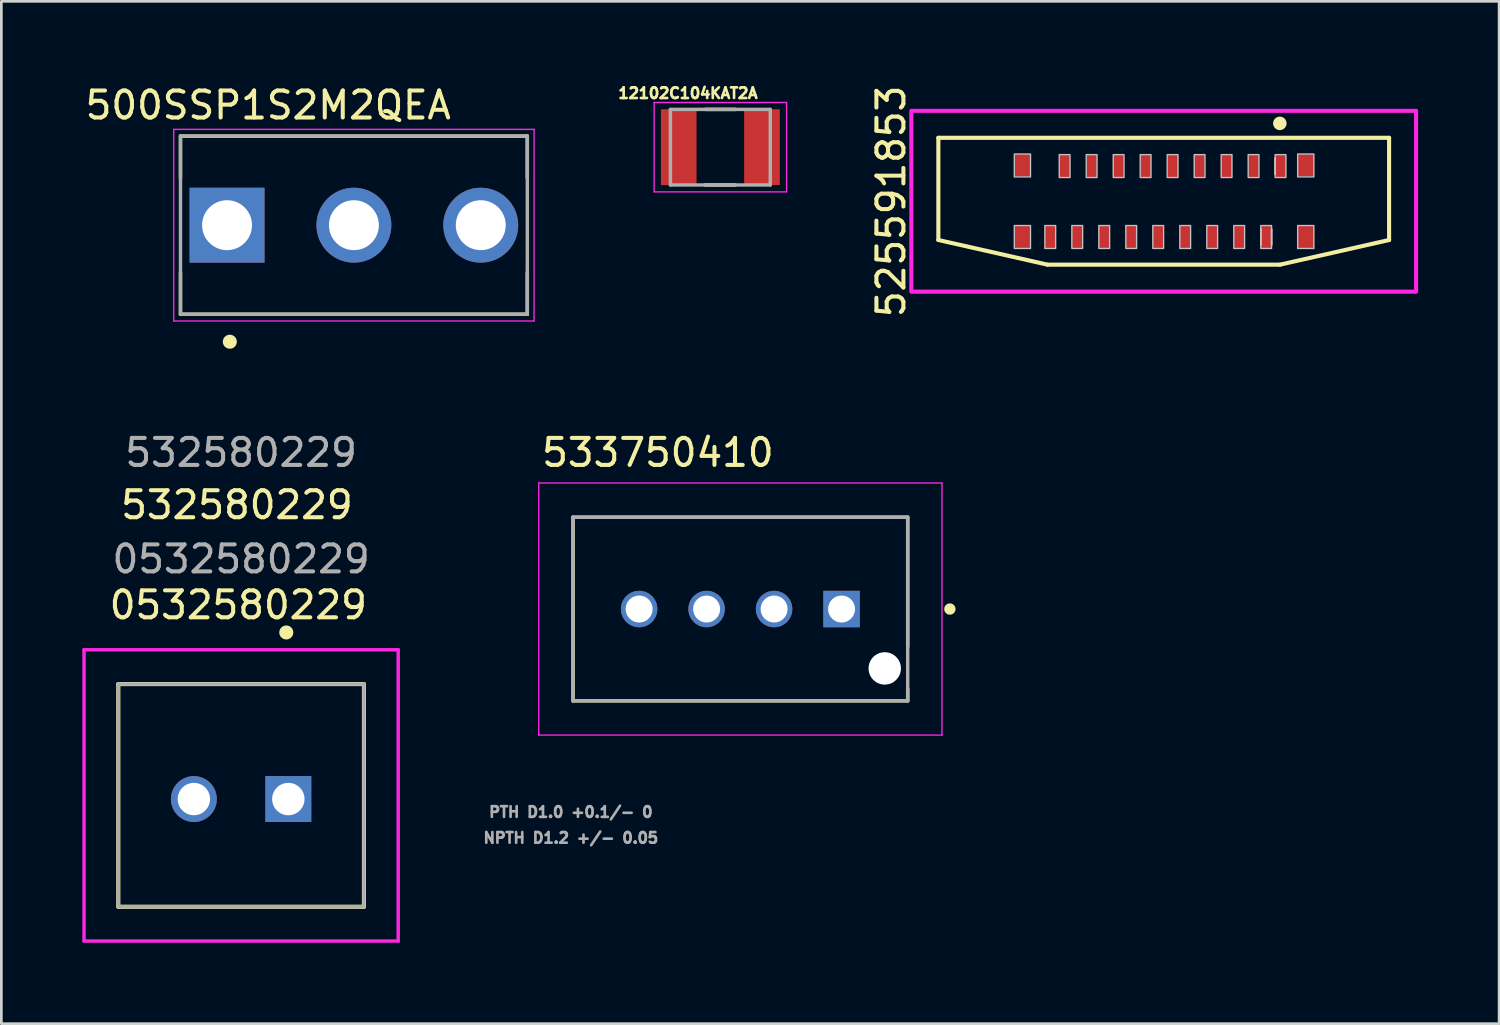
<source format=kicad_pcb>
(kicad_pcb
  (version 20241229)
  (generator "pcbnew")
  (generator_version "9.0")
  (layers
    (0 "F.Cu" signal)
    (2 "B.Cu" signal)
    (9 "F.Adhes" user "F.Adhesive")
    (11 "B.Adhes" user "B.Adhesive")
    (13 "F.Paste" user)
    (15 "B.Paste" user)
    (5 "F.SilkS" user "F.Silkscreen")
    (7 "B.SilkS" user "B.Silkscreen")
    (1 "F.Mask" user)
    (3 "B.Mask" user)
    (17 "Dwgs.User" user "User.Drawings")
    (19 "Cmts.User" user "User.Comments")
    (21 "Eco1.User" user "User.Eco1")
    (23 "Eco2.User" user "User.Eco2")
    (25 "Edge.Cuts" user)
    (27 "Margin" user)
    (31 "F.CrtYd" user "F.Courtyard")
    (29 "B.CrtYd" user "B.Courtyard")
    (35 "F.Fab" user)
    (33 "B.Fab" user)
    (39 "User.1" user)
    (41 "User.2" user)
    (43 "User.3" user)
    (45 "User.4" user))
  (footprint "12102C104KAT2A"
    (layer "F.Cu")
    (at 23.639 2.403)
    (property "Reference" "12102C104KAT2A" (at -1.2 -2 0) (layer "F.SilkS") (effects (font (size 0.394 0.394) (thickness 0.15))))
    (attr smd)
    (fp_line (start -0.56 -1.4) (end 0.56 -1.4) (stroke (width 0.127) (type solid)) (layer "F.SilkS"))
    (fp_line (start -0.56 1.4) (end 0.56 1.4) (stroke (width 0.127) (type solid)) (layer "F.SilkS"))
    (fp_line (start -2.454 -1.655) (end 2.454 -1.655) (stroke (width 0.05) (type solid)) (layer "F.CrtYd"))
    (fp_line (start -2.454 1.655) (end -2.454 -1.655) (stroke (width 0.05) (type solid)) (layer "F.CrtYd"))
    (fp_line (start -2.454 1.655) (end 2.454 1.655) (stroke (width 0.05) (type solid)) (layer "F.CrtYd"))
    (fp_line (start 2.454 1.655) (end 2.454 -1.655) (stroke (width 0.05) (type solid)) (layer "F.CrtYd"))
    (fp_line (start -1.85 1.4) (end -1.85 -1.4) (stroke (width 0.127) (type solid)) (layer "F.Fab"))
    (fp_line (start 1.85 -1.4) (end -1.85 -1.4) (stroke (width 0.127) (type solid)) (layer "F.Fab"))
    (fp_line (start 1.85 1.4) (end -1.85 1.4) (stroke (width 0.127) (type solid)) (layer "F.Fab"))
    (fp_line (start 1.85 1.4) (end 1.85 -1.4) (stroke (width 0.127) (type solid)) (layer "F.Fab"))
    (pad "1" smd rect (at -1.542 0) (size 1.32 2.81) (layers "F.Cu" "F.Mask" "F.Paste"))
    (pad "2" smd rect (at 1.542 0) (size 1.32 2.81) (layers "F.Cu" "F.Mask" "F.Paste")))
  (footprint "500SSP1S2M2QEA"
    (layer "F.Cu")
    (at 10.062 5.293)
    (property "Reference" "500SSP1S2M2QEA" (at -3.175 -4.445 0) (layer "F.SilkS") (effects (font (size 1 1) (thickness 0.15))))
    (attr through_hole)
    (fp_line (start -6.425 -3.3) (end 6.425 -3.3) (stroke (width 0.127) (type solid)) (layer "F.SilkS"))
    (fp_line (start -6.425 -1.75) (end -6.425 -3.3) (stroke (width 0.127) (type solid)) (layer "F.SilkS"))
    (fp_line (start -6.425 3.3) (end -6.425 1.75) (stroke (width 0.127) (type solid)) (layer "F.SilkS"))
    (fp_line (start 6.425 -3.3) (end 6.425 -1.75) (stroke (width 0.127) (type solid)) (layer "F.SilkS"))
    (fp_line (start 6.425 1.75) (end 6.425 3.3) (stroke (width 0.127) (type solid)) (layer "F.SilkS"))
    (fp_line (start 6.425 3.3) (end -6.425 3.3) (stroke (width 0.127) (type solid)) (layer "F.SilkS"))
    (fp_circle (center -4.597 4.318) (end -4.397 4.318) (stroke (width 0.12) (type solid)) (fill yes) (layer "F.SilkS"))
    (fp_line (start -6.675 -3.55) (end 6.675 -3.55) (stroke (width 0.05) (type solid)) (layer "F.CrtYd"))
    (fp_line (start -6.675 3.55) (end -6.675 -3.55) (stroke (width 0.05) (type solid)) (layer "F.CrtYd"))
    (fp_line (start 6.675 -3.55) (end 6.675 3.55) (stroke (width 0.05) (type solid)) (layer "F.CrtYd"))
    (fp_line (start 6.675 3.55) (end -6.675 3.55) (stroke (width 0.05) (type solid)) (layer "F.CrtYd"))
    (fp_line (start -6.425 -3.3) (end 6.425 -3.3) (stroke (width 0.127) (type solid)) (layer "F.Fab"))
    (fp_line (start -6.425 3.3) (end -6.425 -3.3) (stroke (width 0.127) (type solid)) (layer "F.Fab"))
    (fp_line (start 6.425 -3.3) (end 6.425 3.3) (stroke (width 0.127) (type solid)) (layer "F.Fab"))
    (fp_line (start 6.425 3.3) (end -6.425 3.3) (stroke (width 0.127) (type solid)) (layer "F.Fab"))
    (pad "1" thru_hole rect (at -4.7 0) (size 2.775 2.775) (drill 1.85) (layers "*.Cu" "*.Mask"))
    (pad "2" thru_hole circle (at 0 0) (size 2.775 2.775) (drill 1.85) (layers "*.Cu" "*.Mask"))
    (pad "3" thru_hole circle (at 4.7 0) (size 2.775 2.775) (drill 1.85) (layers "*.Cu" "*.Mask")))
  (footprint "533750410"
    (layer "F.Cu")
    (at 28.13 19.515)
    (property "Reference" "533750410" (at -6.805 -5.795 0) (layer "F.SilkS") (effects (font (size 1 1) (thickness 0.15))))
    (attr through_hole)
    (fp_circle (center -7.5 0) (end -7.124 0) (stroke (width 0.751) (type solid)) (fill no) (layer "F.Mask"))
    (fp_circle (center -5 0) (end -4.624 0) (stroke (width 0.751) (type solid)) (fill no) (layer "F.Mask"))
    (fp_circle (center -2.5 0) (end -2.124 0) (stroke (width 0.751) (type solid)) (fill no) (layer "F.Mask"))
    (fp_circle (center 1.6 2.2) (end 1.938 2.2) (stroke (width 0.676) (type solid)) (fill no) (layer "F.Mask"))
    (fp_poly (pts (xy -0.751 -0.751) (xy 0.751 -0.751) (xy 0.751 0.751) (xy -0.751 0.751)) (stroke (width 0.01) (type solid)) (fill yes) (layer "F.Mask"))
    (fp_circle (center -7.5 0) (end -7.124 0) (stroke (width 0.751) (type solid)) (fill no) (layer "B.Mask"))
    (fp_circle (center -5 0) (end -4.624 0) (stroke (width 0.751) (type solid)) (fill no) (layer "B.Mask"))
    (fp_circle (center -2.5 0) (end -2.124 0) (stroke (width 0.751) (type solid)) (fill no) (layer "B.Mask"))
    (fp_circle (center 1.6 2.2) (end 1.938 2.2) (stroke (width 0.676) (type solid)) (fill no) (layer "B.Mask"))
    (fp_poly (pts (xy -0.751 -0.751) (xy 0.751 -0.751) (xy 0.751 0.751) (xy -0.751 0.751)) (stroke (width 0.01) (type solid)) (fill yes) (layer "B.Mask"))
    (fp_line (start -9.95 -3.4) (end 2.45 -3.4) (stroke (width 0.127) (type solid)) (layer "F.SilkS"))
    (fp_line (start -9.95 3.4) (end -9.95 -3.4) (stroke (width 0.127) (type solid)) (layer "F.SilkS"))
    (fp_line (start 2.45 -3.4) (end 2.45 1.4) (stroke (width 0.127) (type solid)) (layer "F.SilkS"))
    (fp_line (start 2.45 2.95) (end 2.45 3.4) (stroke (width 0.127) (type solid)) (layer "F.SilkS"))
    (fp_line (start 2.45 3.4) (end -9.95 3.4) (stroke (width 0.127) (type solid)) (layer "F.SilkS"))
    (fp_circle (center 4.013 0) (end 4.163 0) (stroke (width 0.12) (type solid)) (fill yes) (layer "F.SilkS"))
    (fp_line (start -11.22 -4.67) (end 3.72 -4.67) (stroke (width 0.05) (type solid)) (layer "F.CrtYd"))
    (fp_line (start -11.22 4.67) (end -11.22 -4.67) (stroke (width 0.05) (type solid)) (layer "F.CrtYd"))
    (fp_line (start -11.22 4.67) (end 3.72 4.67) (stroke (width 0.05) (type solid)) (layer "F.CrtYd"))
    (fp_line (start 3.72 -4.67) (end 3.72 4.67) (stroke (width 0.05) (type solid)) (layer "F.CrtYd"))
    (fp_line (start -9.95 -3.4) (end 2.45 -3.4) (stroke (width 0.127) (type solid)) (layer "F.Fab"))
    (fp_line (start -9.95 3.4) (end -9.95 -3.4) (stroke (width 0.127) (type solid)) (layer "F.Fab"))
    (fp_line (start 2.45 -3.4) (end 2.45 3.4) (stroke (width 0.127) (type solid)) (layer "F.Fab"))
    (fp_line (start 2.45 3.4) (end -9.95 3.4) (stroke (width 0.127) (type solid)) (layer "F.Fab"))
    (fp_text user "PTH D1.0 +0.1/- 0" (at -10.03 7.522 0) (layer "F.Fab") (effects (font (size 0.394 0.394) (thickness 0.15))))
    (fp_text user "NPTH D1.2 +/- 0.05" (at -10.03 8.48 0) (layer "F.Fab") (effects (font (size 0.394 0.394) (thickness 0.15))))
    (pad "" np_thru_hole circle (at 1.6 2.2) (size 1.2 1.2) (drill 1.2) (layers "*.Cu" "*.Mask"))
    (pad "1" thru_hole rect (at 0 0) (size 1.35 1.35) (drill 1) (layers "*.Cu"))
    (pad "2" thru_hole circle (at -2.5 0) (size 1.35 1.35) (drill 1) (layers "*.Cu"))
    (pad "3" thru_hole circle (at -5 0) (size 1.35 1.35) (drill 1) (layers "*.Cu"))
    (pad "4" thru_hole circle (at -7.5 0) (size 1.35 1.35) (drill 1) (layers "*.Cu")))
  (footprint "525591853"
    (layer "F.Cu")
    (at 39.872 4.061)
    (property "Reference" "525591853" (at -9.906 0.35 90) (layer "F.SilkS") (effects (font (size 1 1) (thickness 0.15))))
    (attr smd)
    (fp_line (start -8.156 -2.005) (end -8.156 1.781) (stroke (width 0.152) (type solid)) (layer "F.SilkS"))
    (fp_line (start -8.156 1.781) (end -4.112 2.695) (stroke (width 0.152) (type solid)) (layer "F.SilkS"))
    (fp_line (start -4.112 2.695) (end 4.5 2.695) (stroke (width 0.152) (type solid)) (layer "F.SilkS"))
    (fp_line (start 4.5 2.695) (end 8.544 1.781) (stroke (width 0.152) (type solid)) (layer "F.SilkS"))
    (fp_line (start 8.544 -2.005) (end -8.156 -2.005) (stroke (width 0.152) (type solid)) (layer "F.SilkS"))
    (fp_line (start 8.544 1.781) (end 8.544 -2.005) (stroke (width 0.152) (type solid)) (layer "F.SilkS"))
    (fp_circle (center 4.496 -2.54) (end 4.646 -2.54) (stroke (width 0.2) (type solid)) (fill yes) (layer "F.SilkS"))
    (fp_line (start 3.79 1.37) (end 3.79 1.97) (stroke (width 0.05) (type solid)) (layer "Dwgs.User"))
    (fp_line (start 3.79 1.37) (end 3.79 1.97) (stroke (width 0.05) (type solid)) (layer "Dwgs.User"))
    (fp_line (start 3.79 1.37) (end 3.79 1.97) (stroke (width 0.05) (type solid)) (layer "Dwgs.User"))
    (fp_line (start 4.19 1.37) (end 4.19 1.97) (stroke (width 0.05) (type solid)) (layer "Dwgs.User"))
    (fp_line (start 4.19 1.37) (end 4.19 1.97) (stroke (width 0.05) (type solid)) (layer "Dwgs.User"))
    (fp_line (start 4.19 1.37) (end 4.19 1.97) (stroke (width 0.05) (type solid)) (layer "Dwgs.User"))
    (fp_line (start 4.322 -0.658) (end 4.322 -1.258) (stroke (width 0.05) (type solid)) (layer "Dwgs.User"))
    (fp_line (start 4.322 -0.658) (end 4.322 -1.258) (stroke (width 0.05) (type solid)) (layer "Dwgs.User"))
    (fp_line (start 4.322 -0.658) (end 4.322 -1.258) (stroke (width 0.05) (type solid)) (layer "Dwgs.User"))
    (fp_rect (start -4.741 -1.405) (end -5.342 -0.555) (stroke (width 0.05) (type solid)) (fill no) (layer "Dwgs.User"))
    (fp_rect (start -4.741 1.245) (end -5.342 2.095) (stroke (width 0.05) (type solid)) (fill no) (layer "Dwgs.User"))
    (fp_rect (start -3.81 1.245) (end -4.21 2.095) (stroke (width 0.05) (type solid)) (fill no) (layer "Dwgs.User"))
    (fp_rect (start -3.277 -1.383) (end -3.677 -0.533) (stroke (width 0.05) (type solid)) (fill no) (layer "Dwgs.User"))
    (fp_rect (start -2.81 1.245) (end -3.21 2.095) (stroke (width 0.05) (type solid)) (fill no) (layer "Dwgs.User"))
    (fp_rect (start -2.277 -1.383) (end -2.677 -0.533) (stroke (width 0.05) (type solid)) (fill no) (layer "Dwgs.User"))
    (fp_rect (start -1.81 1.245) (end -2.21 2.095) (stroke (width 0.05) (type solid)) (fill no) (layer "Dwgs.User"))
    (fp_rect (start -1.277 -1.383) (end -1.677 -0.533) (stroke (width 0.05) (type solid)) (fill no) (layer "Dwgs.User"))
    (fp_rect (start -0.81 1.245) (end -1.21 2.095) (stroke (width 0.05) (type solid)) (fill no) (layer "Dwgs.User"))
    (fp_rect (start -0.277 -1.383) (end -0.677 -0.533) (stroke (width 0.05) (type solid)) (fill no) (layer "Dwgs.User"))
    (fp_rect (start 0.19 1.245) (end -0.21 2.095) (stroke (width 0.05) (type solid)) (fill no) (layer "Dwgs.User"))
    (fp_rect (start 0.723 -1.383) (end 0.323 -0.533) (stroke (width 0.05) (type solid)) (fill no) (layer "Dwgs.User"))
    (fp_rect (start 1.19 1.245) (end 0.79 2.095) (stroke (width 0.05) (type solid)) (fill no) (layer "Dwgs.User"))
    (fp_rect (start 1.723 -1.383) (end 1.323 -0.533) (stroke (width 0.05) (type solid)) (fill no) (layer "Dwgs.User"))
    (fp_rect (start 2.19 1.245) (end 1.79 2.095) (stroke (width 0.05) (type solid)) (fill no) (layer "Dwgs.User"))
    (fp_rect (start 2.723 -1.383) (end 2.323 -0.533) (stroke (width 0.05) (type solid)) (fill no) (layer "Dwgs.User"))
    (fp_rect (start 3.19 1.245) (end 2.79 2.095) (stroke (width 0.05) (type solid)) (fill no) (layer "Dwgs.User"))
    (fp_rect (start 3.723 -1.383) (end 3.323 -0.533) (stroke (width 0.05) (type solid)) (fill no) (layer "Dwgs.User"))
    (fp_rect (start 4.19 1.245) (end 3.79 2.095) (stroke (width 0.05) (type solid)) (fill no) (layer "Dwgs.User"))
    (fp_rect (start 4.722 -1.383) (end 4.322 -0.533) (stroke (width 0.05) (type solid)) (fill no) (layer "Dwgs.User"))
    (fp_rect (start 5.757 -1.405) (end 5.156 -0.555) (stroke (width 0.05) (type solid)) (fill no) (layer "Dwgs.User"))
    (fp_rect (start 5.757 1.245) (end 5.156 2.095) (stroke (width 0.05) (type solid)) (fill no) (layer "Dwgs.User"))
    (fp_rect (start 9.544 -3.005) (end -9.156 3.695) (stroke (width 0.152) (type solid)) (fill no) (layer "F.CrtYd"))
    (pad " " smd rect (at -5.029 -0.991) (size 0.606 0.832) (layers "F.Cu" "F.Mask" "F.Paste"))
    (pad " " smd rect (at -5.029 1.676) (size 0.606 0.832) (layers "F.Cu" "F.Mask" "F.Paste"))
    (pad " " smd rect (at 5.461 -0.991) (size 0.606 0.832) (layers "F.Cu" "F.Mask" "F.Paste"))
    (pad " " smd rect (at 5.461 1.676) (size 0.606 0.832) (layers "F.Cu" "F.Mask" "F.Paste"))
    (pad "1" smd rect (at 4.525 -0.967) (size 0.4 0.85) (layers "F.Cu" "F.Mask" "F.Paste"))
    (pad "2" smd rect (at 3.988 1.66) (size 0.4 0.85) (layers "F.Cu" "F.Mask" "F.Paste"))
    (pad "3" smd rect (at 3.52 -0.963) (size 0.4 0.85) (layers "F.Cu" "F.Mask" "F.Paste"))
    (pad "4" smd rect (at 2.987 1.66) (size 0.4 0.85) (layers "F.Cu" "F.Mask" "F.Paste"))
    (pad "5" smd rect (at 2.525 -0.959) (size 0.4 0.85) (layers "F.Cu" "F.Mask" "F.Paste"))
    (pad "6" smd rect (at 2 1.67) (size 0.4 0.85) (layers "F.Cu" "F.Mask" "F.Paste"))
    (pad "7" smd rect (at 1.515 -0.959) (size 0.4 0.85) (layers "F.Cu" "F.Mask" "F.Paste"))
    (pad "8" smd rect (at 0.991 1.67) (size 0.4 0.85) (layers "F.Cu" "F.Mask" "F.Paste"))
    (pad "9" smd rect (at 0.528 -0.959) (size 0.4 0.85) (layers "F.Cu" "F.Mask" "F.Paste"))
    (pad "10" smd rect (at -0.009 1.666) (size 0.4 0.85) (layers "F.Cu" "F.Mask" "F.Paste"))
    (pad "11" smd rect (at -0.477 -0.966) (size 0.4 0.85) (layers "F.Cu" "F.Mask" "F.Paste"))
    (pad "12" smd rect (at -1.013 1.67) (size 0.4 0.85) (layers "F.Cu" "F.Mask" "F.Paste"))
    (pad "13" smd rect (at -1.485 -0.966) (size 0.4 0.85) (layers "F.Cu" "F.Mask" "F.Paste"))
    (pad "14" smd rect (at -2.02 1.665) (size 0.4 0.85) (layers "F.Cu" "F.Mask" "F.Paste"))
    (pad "15" smd rect (at -2.48 -0.957) (size 0.4 0.85) (layers "F.Cu" "F.Mask" "F.Paste"))
    (pad "16" smd rect (at -3.011 1.671) (size 0.4 0.85) (layers "F.Cu" "F.Mask" "F.Paste"))
    (pad "17" smd rect (at -3.479 -0.957) (size 0.4 0.85) (layers "F.Cu" "F.Mask" "F.Paste"))
    (pad "18" smd rect (at -4.01 1.67) (size 0.4 0.85) (layers "F.Cu" "F.Mask" "F.Paste")))
  (footprint "0532580229"
    (layer "F.Cu")
    (at 7.633 26.555)
    (property "Reference" "0532580229" (at -1.854 -7.188 0) (unlocked yes) (layer "F.SilkS") (effects (font (size 1 1) (thickness 0.15))))
    (attr through_hole)
    (fp_line (start -6.3 -4.26) (end -6.3 3.99) (stroke (width 0.152) (type solid)) (layer "F.SilkS"))
    (fp_line (start -6.3 3.99) (end 2.8 3.99) (stroke (width 0.152) (type solid)) (layer "F.SilkS"))
    (fp_line (start 2.8 -4.26) (end -6.3 -4.26) (stroke (width 0.152) (type solid)) (layer "F.SilkS"))
    (fp_line (start 2.8 3.99) (end 2.8 -4.26) (stroke (width 0.152) (type solid)) (layer "F.SilkS"))
    (fp_circle (center -0.076 -6.172) (end 0.124 -6.172) (stroke (width 0.12) (type solid)) (fill yes) (layer "F.SilkS"))
    (fp_line (start -7.57 -5.53) (end -7.57 5.26) (stroke (width 0.127) (type solid)) (layer "F.CrtYd"))
    (fp_line (start -7.57 5.26) (end 4.07 5.26) (stroke (width 0.127) (type solid)) (layer "F.CrtYd"))
    (fp_line (start 4.07 -5.53) (end -7.57 -5.53) (stroke (width 0.127) (type solid)) (layer "F.CrtYd"))
    (fp_line (start 4.07 5.26) (end 4.07 -5.53) (stroke (width 0.127) (type solid)) (layer "F.CrtYd"))
    (fp_line (start -6.3 -4.26) (end -6.3 3.99) (stroke (width 0.127) (type solid)) (layer "F.Fab"))
    (fp_line (start -6.3 3.99) (end 2.8 3.99) (stroke (width 0.127) (type solid)) (layer "F.Fab"))
    (fp_line (start 2.8 -4.26) (end -6.3 -4.26) (stroke (width 0.127) (type solid)) (layer "F.Fab"))
    (fp_line (start 2.8 3.99) (end 2.8 -4.26) (stroke (width 0.127) (type solid)) (layer "F.Fab"))
    (fp_text user "532580229" (at -1.905 -10.897 0) (unlocked yes) (layer "F.SilkS") (effects (font (size 1 1) (thickness 0.15))))
    (fp_text user "532580229" (at -1.75 -12.835 0) (unlocked yes) (layer "F.Fab") (effects (font (size 1 1) (thickness 0.15))))
    (fp_text user "${REFERENCE}" (at -1.75 -8.89 0) (unlocked yes) (layer "F.Fab") (effects (font (size 1 1) (thickness 0.15))))
    (pad "1" thru_hole rect (at 0 0) (size 1.7 1.7) (drill 1.2) (layers "*.Cu" "*.Mask"))
    (pad "2" thru_hole circle (at -3.5 0) (size 1.7 1.7) (drill 1.2) (layers "*.Cu" "*.Mask")))
  (gr_rect
    (start -3 -3)
    (end 52.492 34.878)
    (stroke (width 0.1) (type default))
    (fill no)
    (layer "Edge.Cuts")))
</source>
